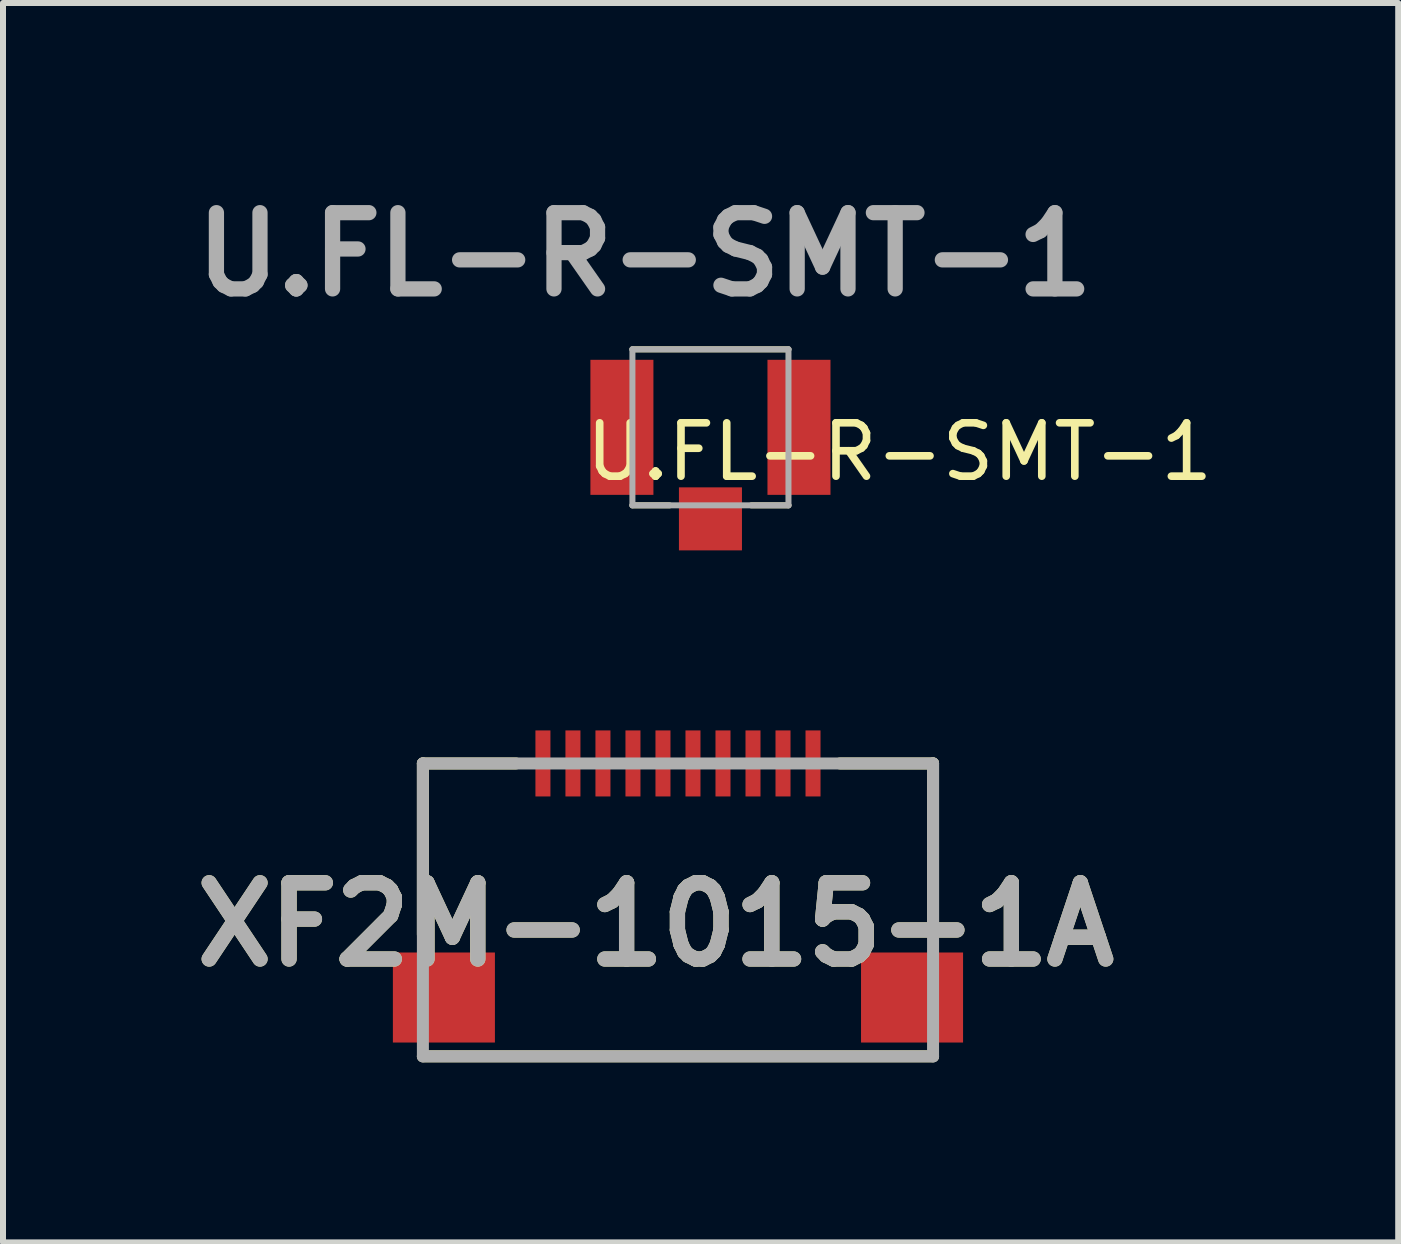
<source format=kicad_pcb>
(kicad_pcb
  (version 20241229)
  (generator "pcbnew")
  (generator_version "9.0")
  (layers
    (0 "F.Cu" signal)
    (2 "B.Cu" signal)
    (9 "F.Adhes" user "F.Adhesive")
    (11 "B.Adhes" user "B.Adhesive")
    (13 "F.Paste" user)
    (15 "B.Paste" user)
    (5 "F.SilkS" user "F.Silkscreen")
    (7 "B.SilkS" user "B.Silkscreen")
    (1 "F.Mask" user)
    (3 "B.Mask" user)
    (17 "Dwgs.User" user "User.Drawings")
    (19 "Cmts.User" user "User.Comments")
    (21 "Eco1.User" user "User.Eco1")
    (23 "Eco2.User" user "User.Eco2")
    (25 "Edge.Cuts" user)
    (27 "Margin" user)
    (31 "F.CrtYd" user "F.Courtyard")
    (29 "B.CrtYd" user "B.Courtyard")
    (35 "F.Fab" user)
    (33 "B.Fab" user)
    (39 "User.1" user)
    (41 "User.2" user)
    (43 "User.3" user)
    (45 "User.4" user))
  (footprint "U.FL-R-SMT-1"
    (layer "F.Cu")
    (at 8.787 4.07)
    (property "Reference" "U.FL-R-SMT-1" (at 3.15 0.409 180) (layer "F.SilkS") (effects (font (size 0.889 0.889) (thickness 0.127))))
    (attr smd)
    (fp_line (start -1.3 -1.3) (end 1.3 -1.3) (stroke (width 0.1) (type solid)) (layer "F.SilkS"))
    (fp_line (start -1.3 1.3) (end -0.681 1.3) (stroke (width 0.1) (type solid)) (layer "F.SilkS"))
    (fp_line (start 1.3 1.3) (end 0.681 1.3) (stroke (width 0.1) (type solid)) (layer "F.SilkS"))
    (fp_line (start -1.3 -1.3) (end 1.3 -1.3) (stroke (width 0.1) (type solid)) (layer "F.Fab"))
    (fp_line (start -1.3 1.3) (end -1.3 -1.3) (stroke (width 0.1) (type solid)) (layer "F.Fab"))
    (fp_line (start 1.3 -1.3) (end 1.3 1.3) (stroke (width 0.1) (type solid)) (layer "F.Fab"))
    (fp_line (start 1.3 1.3) (end -1.3 1.3) (stroke (width 0.1) (type solid)) (layer "F.Fab"))
    (fp_text user "${REFERENCE}" (at -1.095 -2.881 180) (layer "F.Fab") (effects (font (size 1.27 1.27) (thickness 0.254))))
    (pad "1" smd rect (at -1.475 0) (size 1.05 2.25) (layers "F.Cu" "F.Mask" "F.Paste"))
    (pad "2" smd rect (at 1.475 0) (size 1.05 2.25) (layers "F.Cu" "F.Mask" "F.Paste"))
    (pad "3" smd rect (at 0 1.525 90) (size 1.05 1.05) (layers "F.Cu" "F.Mask" "F.Paste")))
  (footprint "XF2M-1015-1A"
    (layer "F.Cu")
    (at 8.246 9.67)
    (property "Reference" "XF2M-1015-1A" (at -0.372 2.684 0) (layer "F.SilkS") (effects (font (size 1.27 1.27) (thickness 0.254))))
    (attr smd)
    (fp_line (start -4.25 0) (end -4.25 2.85) (stroke (width 0.2) (type solid)) (layer "F.SilkS"))
    (fp_line (start -4.25 0) (end -2.7 0) (stroke (width 0.2) (type solid)) (layer "F.SilkS"))
    (fp_line (start -4.25 4.88) (end 4.25 4.88) (stroke (width 0.2) (type solid)) (layer "F.SilkS"))
    (fp_line (start 4.25 0) (end 2.7 0) (stroke (width 0.2) (type solid)) (layer "F.SilkS"))
    (fp_line (start 4.25 0) (end 4.25 2.85) (stroke (width 0.2) (type solid)) (layer "F.SilkS"))
    (fp_line (start -4.25 0) (end 4.25 0) (stroke (width 0.2) (type solid)) (layer "F.Fab"))
    (fp_line (start -4.25 4.88) (end -4.25 0) (stroke (width 0.2) (type solid)) (layer "F.Fab"))
    (fp_line (start 4.25 0) (end 4.25 4.88) (stroke (width 0.2) (type solid)) (layer "F.Fab"))
    (fp_line (start 4.25 4.88) (end -4.25 4.88) (stroke (width 0.2) (type solid)) (layer "F.Fab"))
    (fp_text user "${REFERENCE}" (at -0.372 2.684 0) (layer "F.Fab") (effects (font (size 1.27 1.27) (thickness 0.254))))
    (pad "1" smd rect (at 2.25 0) (size 0.25 1.1) (layers "F.Cu" "F.Mask" "F.Paste"))
    (pad "2" smd rect (at 1.75 0) (size 0.25 1.1) (layers "F.Cu" "F.Mask" "F.Paste"))
    (pad "3" smd rect (at 1.25 0) (size 0.25 1.1) (layers "F.Cu" "F.Mask" "F.Paste"))
    (pad "4" smd rect (at 0.75 0) (size 0.25 1.1) (layers "F.Cu" "F.Mask" "F.Paste"))
    (pad "5" smd rect (at 0.25 0) (size 0.25 1.1) (layers "F.Cu" "F.Mask" "F.Paste"))
    (pad "6" smd rect (at -0.25 0) (size 0.25 1.1) (layers "F.Cu" "F.Mask" "F.Paste"))
    (pad "7" smd rect (at -0.75 0) (size 0.25 1.1) (layers "F.Cu" "F.Mask" "F.Paste"))
    (pad "8" smd rect (at -1.25 0) (size 0.25 1.1) (layers "F.Cu" "F.Mask" "F.Paste"))
    (pad "9" smd rect (at -1.75 0) (size 0.25 1.1) (layers "F.Cu" "F.Mask" "F.Paste"))
    (pad "10" smd rect (at -2.25 0) (size 0.25 1.1) (layers "F.Cu" "F.Mask" "F.Paste"))
    (pad "11" smd rect (at -3.9 3.9 90) (size 1.5 1.7) (layers "F.Cu" "F.Mask" "F.Paste"))
    (pad "12" smd rect (at 3.9 3.9 90) (size 1.5 1.7) (layers "F.Cu" "F.Mask" "F.Paste")))
  (gr_rect
    (start -3 -3)
    (end 20.246 17.65)
    (stroke (width 0.1) (type default))
    (fill no)
    (layer "Edge.Cuts")))
</source>
